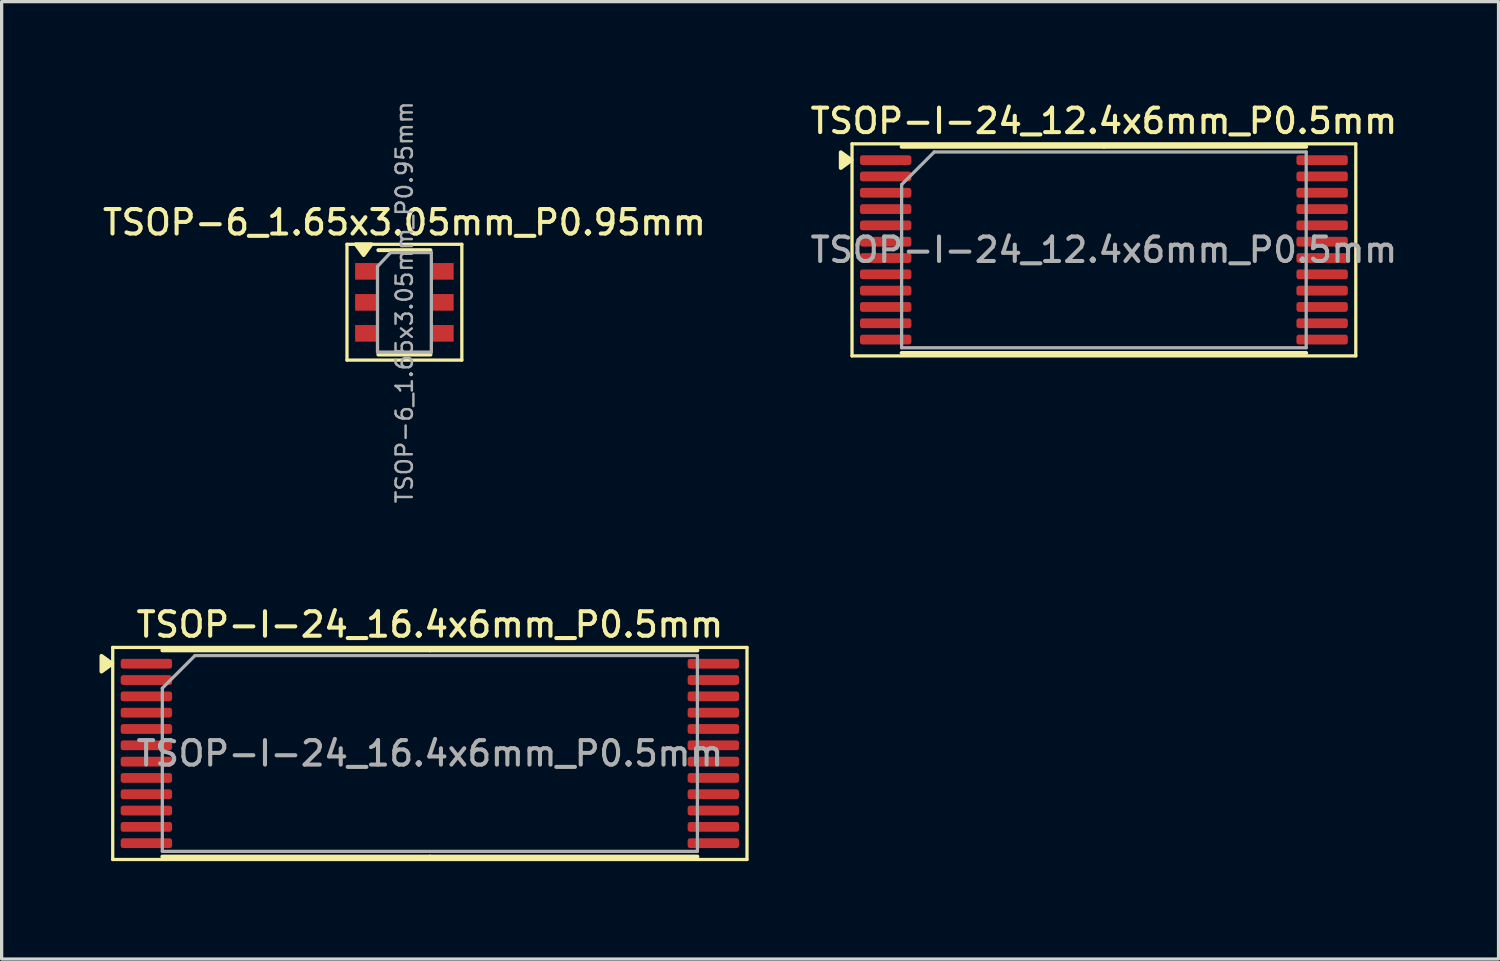
<source format=kicad_pcb>
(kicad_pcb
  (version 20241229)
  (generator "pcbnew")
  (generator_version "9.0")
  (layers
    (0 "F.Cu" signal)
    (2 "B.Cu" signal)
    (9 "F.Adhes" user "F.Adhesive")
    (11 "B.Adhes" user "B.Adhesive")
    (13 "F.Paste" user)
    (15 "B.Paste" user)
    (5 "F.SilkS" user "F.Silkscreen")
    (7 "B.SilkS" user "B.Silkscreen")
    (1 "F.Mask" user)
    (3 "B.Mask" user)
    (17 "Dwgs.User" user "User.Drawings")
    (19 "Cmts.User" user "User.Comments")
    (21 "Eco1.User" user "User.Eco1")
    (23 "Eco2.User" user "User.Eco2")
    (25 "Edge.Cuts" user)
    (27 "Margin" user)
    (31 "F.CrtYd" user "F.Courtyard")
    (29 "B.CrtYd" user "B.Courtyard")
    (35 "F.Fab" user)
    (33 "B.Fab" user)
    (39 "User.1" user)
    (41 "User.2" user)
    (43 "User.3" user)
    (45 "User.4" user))
  (footprint "TSOP-I-24_12.4x6mm_P0.5mm"
    (layer "F.Cu")
    (at 30.784 4.608)
    (property "Reference" "TSOP-I-24_12.4x6mm_P0.5mm" (at 0 -3.95 0) (layer "F.SilkS") (effects (font (size 0.75 0.75) (thickness 0.125))))
    (attr smd)
    (fp_line (start -7.72 -3.25) (end -7.72 3.25) (stroke (width 0.1) (type solid)) (layer "F.SilkS"))
    (fp_line (start -7.72 3.25) (end 7.72 3.25) (stroke (width 0.1) (type solid)) (layer "F.SilkS"))
    (fp_line (start 0 -3.16) (end -6.2 -3.16) (stroke (width 0.12) (type solid)) (layer "F.SilkS"))
    (fp_line (start 0 -3.16) (end 6.2 -3.16) (stroke (width 0.12) (type solid)) (layer "F.SilkS"))
    (fp_line (start 0 3.16) (end -6.2 3.16) (stroke (width 0.12) (type solid)) (layer "F.SilkS"))
    (fp_line (start 0 3.16) (end 6.2 3.16) (stroke (width 0.12) (type solid)) (layer "F.SilkS"))
    (fp_line (start 7.72 -3.25) (end -7.72 -3.25) (stroke (width 0.1) (type solid)) (layer "F.SilkS"))
    (fp_line (start 7.72 3.25) (end 7.72 -3.25) (stroke (width 0.1) (type solid)) (layer "F.SilkS"))
    (fp_poly (pts (xy -7.735 -2.75) (xy -8.065 -2.99) (xy -8.065 -2.51) (xy -7.735 -2.75)) (stroke (width 0.12) (type solid)) (fill yes) (layer "F.SilkS"))
    (fp_line (start -6.2 -2) (end -5.2 -3) (stroke (width 0.1) (type solid)) (layer "F.Fab"))
    (fp_line (start -6.2 3) (end -6.2 -2) (stroke (width 0.1) (type solid)) (layer "F.Fab"))
    (fp_line (start -5.2 -3) (end 6.2 -3) (stroke (width 0.1) (type solid)) (layer "F.Fab"))
    (fp_line (start 6.2 -3) (end 6.2 3) (stroke (width 0.1) (type solid)) (layer "F.Fab"))
    (fp_line (start 6.2 3) (end -6.2 3) (stroke (width 0.1) (type solid)) (layer "F.Fab"))
    (fp_text user "${REFERENCE}" (at 0 0 0) (layer "F.Fab") (effects (font (size 0.75 0.75) (thickness 0.125))))
    (pad "1" smd roundrect (at -6.688 -2.75) (size 1.575 0.3) (layers "F.Cu" "F.Mask" "F.Paste") (roundrect_rratio 0.25))
    (pad "2" smd roundrect (at -6.688 -2.25) (size 1.575 0.3) (layers "F.Cu" "F.Mask" "F.Paste") (roundrect_rratio 0.25))
    (pad "3" smd roundrect (at -6.688 -1.75) (size 1.575 0.3) (layers "F.Cu" "F.Mask" "F.Paste") (roundrect_rratio 0.25))
    (pad "4" smd roundrect (at -6.688 -1.25) (size 1.575 0.3) (layers "F.Cu" "F.Mask" "F.Paste") (roundrect_rratio 0.25))
    (pad "5" smd roundrect (at -6.688 -0.75) (size 1.575 0.3) (layers "F.Cu" "F.Mask" "F.Paste") (roundrect_rratio 0.25))
    (pad "6" smd roundrect (at -6.688 -0.25) (size 1.575 0.3) (layers "F.Cu" "F.Mask" "F.Paste") (roundrect_rratio 0.25))
    (pad "7" smd roundrect (at -6.688 0.25) (size 1.575 0.3) (layers "F.Cu" "F.Mask" "F.Paste") (roundrect_rratio 0.25))
    (pad "8" smd roundrect (at -6.688 0.75) (size 1.575 0.3) (layers "F.Cu" "F.Mask" "F.Paste") (roundrect_rratio 0.25))
    (pad "9" smd roundrect (at -6.688 1.25) (size 1.575 0.3) (layers "F.Cu" "F.Mask" "F.Paste") (roundrect_rratio 0.25))
    (pad "10" smd roundrect (at -6.688 1.75) (size 1.575 0.3) (layers "F.Cu" "F.Mask" "F.Paste") (roundrect_rratio 0.25))
    (pad "11" smd roundrect (at -6.688 2.25) (size 1.575 0.3) (layers "F.Cu" "F.Mask" "F.Paste") (roundrect_rratio 0.25))
    (pad "12" smd roundrect (at -6.688 2.75) (size 1.575 0.3) (layers "F.Cu" "F.Mask" "F.Paste") (roundrect_rratio 0.25))
    (pad "13" smd roundrect (at 6.688 2.75) (size 1.575 0.3) (layers "F.Cu" "F.Mask" "F.Paste") (roundrect_rratio 0.25))
    (pad "14" smd roundrect (at 6.688 2.25) (size 1.575 0.3) (layers "F.Cu" "F.Mask" "F.Paste") (roundrect_rratio 0.25))
    (pad "15" smd roundrect (at 6.688 1.75) (size 1.575 0.3) (layers "F.Cu" "F.Mask" "F.Paste") (roundrect_rratio 0.25))
    (pad "16" smd roundrect (at 6.688 1.25) (size 1.575 0.3) (layers "F.Cu" "F.Mask" "F.Paste") (roundrect_rratio 0.25))
    (pad "17" smd roundrect (at 6.688 0.75) (size 1.575 0.3) (layers "F.Cu" "F.Mask" "F.Paste") (roundrect_rratio 0.25))
    (pad "18" smd roundrect (at 6.688 0.25) (size 1.575 0.3) (layers "F.Cu" "F.Mask" "F.Paste") (roundrect_rratio 0.25))
    (pad "19" smd roundrect (at 6.688 -0.25) (size 1.575 0.3) (layers "F.Cu" "F.Mask" "F.Paste") (roundrect_rratio 0.25))
    (pad "20" smd roundrect (at 6.688 -0.75) (size 1.575 0.3) (layers "F.Cu" "F.Mask" "F.Paste") (roundrect_rratio 0.25))
    (pad "21" smd roundrect (at 6.688 -1.25) (size 1.575 0.3) (layers "F.Cu" "F.Mask" "F.Paste") (roundrect_rratio 0.25))
    (pad "22" smd roundrect (at 6.688 -1.75) (size 1.575 0.3) (layers "F.Cu" "F.Mask" "F.Paste") (roundrect_rratio 0.25))
    (pad "23" smd roundrect (at 6.688 -2.25) (size 1.575 0.3) (layers "F.Cu" "F.Mask" "F.Paste") (roundrect_rratio 0.25))
    (pad "24" smd roundrect (at 6.688 -2.75) (size 1.575 0.3) (layers "F.Cu" "F.Mask" "F.Paste") (roundrect_rratio 0.25)))
  (footprint "TSOP-I-24_16.4x6mm_P0.5mm"
    (layer "F.Cu")
    (at 10.125 20.043)
    (property "Reference" "TSOP-I-24_16.4x6mm_P0.5mm" (at 0 -3.95 0) (layer "F.SilkS") (effects (font (size 0.75 0.75) (thickness 0.125))))
    (attr smd)
    (fp_line (start -9.72 -3.25) (end -9.72 3.25) (stroke (width 0.1) (type solid)) (layer "F.SilkS"))
    (fp_line (start -9.72 3.25) (end 9.72 3.25) (stroke (width 0.1) (type solid)) (layer "F.SilkS"))
    (fp_line (start 0 -3.16) (end -8.2 -3.16) (stroke (width 0.12) (type solid)) (layer "F.SilkS"))
    (fp_line (start 0 -3.16) (end 8.2 -3.16) (stroke (width 0.12) (type solid)) (layer "F.SilkS"))
    (fp_line (start 0 3.16) (end -8.2 3.16) (stroke (width 0.12) (type solid)) (layer "F.SilkS"))
    (fp_line (start 0 3.16) (end 8.2 3.16) (stroke (width 0.12) (type solid)) (layer "F.SilkS"))
    (fp_line (start 9.72 -3.25) (end -9.72 -3.25) (stroke (width 0.1) (type solid)) (layer "F.SilkS"))
    (fp_line (start 9.72 3.25) (end 9.72 -3.25) (stroke (width 0.1) (type solid)) (layer "F.SilkS"))
    (fp_poly (pts (xy -9.735 -2.75) (xy -10.065 -2.99) (xy -10.065 -2.51) (xy -9.735 -2.75)) (stroke (width 0.12) (type solid)) (fill yes) (layer "F.SilkS"))
    (fp_line (start -8.2 -2) (end -7.2 -3) (stroke (width 0.1) (type solid)) (layer "F.Fab"))
    (fp_line (start -8.2 3) (end -8.2 -2) (stroke (width 0.1) (type solid)) (layer "F.Fab"))
    (fp_line (start -7.2 -3) (end 8.2 -3) (stroke (width 0.1) (type solid)) (layer "F.Fab"))
    (fp_line (start 8.2 -3) (end 8.2 3) (stroke (width 0.1) (type solid)) (layer "F.Fab"))
    (fp_line (start 8.2 3) (end -8.2 3) (stroke (width 0.1) (type solid)) (layer "F.Fab"))
    (fp_text user "${REFERENCE}" (at 0 0 0) (layer "F.Fab") (effects (font (size 0.75 0.75) (thickness 0.125))))
    (pad "1" smd roundrect (at -8.688 -2.75) (size 1.575 0.3) (layers "F.Cu" "F.Mask" "F.Paste") (roundrect_rratio 0.25))
    (pad "2" smd roundrect (at -8.688 -2.25) (size 1.575 0.3) (layers "F.Cu" "F.Mask" "F.Paste") (roundrect_rratio 0.25))
    (pad "3" smd roundrect (at -8.688 -1.75) (size 1.575 0.3) (layers "F.Cu" "F.Mask" "F.Paste") (roundrect_rratio 0.25))
    (pad "4" smd roundrect (at -8.688 -1.25) (size 1.575 0.3) (layers "F.Cu" "F.Mask" "F.Paste") (roundrect_rratio 0.25))
    (pad "5" smd roundrect (at -8.688 -0.75) (size 1.575 0.3) (layers "F.Cu" "F.Mask" "F.Paste") (roundrect_rratio 0.25))
    (pad "6" smd roundrect (at -8.688 -0.25) (size 1.575 0.3) (layers "F.Cu" "F.Mask" "F.Paste") (roundrect_rratio 0.25))
    (pad "7" smd roundrect (at -8.688 0.25) (size 1.575 0.3) (layers "F.Cu" "F.Mask" "F.Paste") (roundrect_rratio 0.25))
    (pad "8" smd roundrect (at -8.688 0.75) (size 1.575 0.3) (layers "F.Cu" "F.Mask" "F.Paste") (roundrect_rratio 0.25))
    (pad "9" smd roundrect (at -8.688 1.25) (size 1.575 0.3) (layers "F.Cu" "F.Mask" "F.Paste") (roundrect_rratio 0.25))
    (pad "10" smd roundrect (at -8.688 1.75) (size 1.575 0.3) (layers "F.Cu" "F.Mask" "F.Paste") (roundrect_rratio 0.25))
    (pad "11" smd roundrect (at -8.688 2.25) (size 1.575 0.3) (layers "F.Cu" "F.Mask" "F.Paste") (roundrect_rratio 0.25))
    (pad "12" smd roundrect (at -8.688 2.75) (size 1.575 0.3) (layers "F.Cu" "F.Mask" "F.Paste") (roundrect_rratio 0.25))
    (pad "13" smd roundrect (at 8.688 2.75) (size 1.575 0.3) (layers "F.Cu" "F.Mask" "F.Paste") (roundrect_rratio 0.25))
    (pad "14" smd roundrect (at 8.688 2.25) (size 1.575 0.3) (layers "F.Cu" "F.Mask" "F.Paste") (roundrect_rratio 0.25))
    (pad "15" smd roundrect (at 8.688 1.75) (size 1.575 0.3) (layers "F.Cu" "F.Mask" "F.Paste") (roundrect_rratio 0.25))
    (pad "16" smd roundrect (at 8.688 1.25) (size 1.575 0.3) (layers "F.Cu" "F.Mask" "F.Paste") (roundrect_rratio 0.25))
    (pad "17" smd roundrect (at 8.688 0.75) (size 1.575 0.3) (layers "F.Cu" "F.Mask" "F.Paste") (roundrect_rratio 0.25))
    (pad "18" smd roundrect (at 8.688 0.25) (size 1.575 0.3) (layers "F.Cu" "F.Mask" "F.Paste") (roundrect_rratio 0.25))
    (pad "19" smd roundrect (at 8.688 -0.25) (size 1.575 0.3) (layers "F.Cu" "F.Mask" "F.Paste") (roundrect_rratio 0.25))
    (pad "20" smd roundrect (at 8.688 -0.75) (size 1.575 0.3) (layers "F.Cu" "F.Mask" "F.Paste") (roundrect_rratio 0.25))
    (pad "21" smd roundrect (at 8.688 -1.25) (size 1.575 0.3) (layers "F.Cu" "F.Mask" "F.Paste") (roundrect_rratio 0.25))
    (pad "22" smd roundrect (at 8.688 -1.75) (size 1.575 0.3) (layers "F.Cu" "F.Mask" "F.Paste") (roundrect_rratio 0.25))
    (pad "23" smd roundrect (at 8.688 -2.25) (size 1.575 0.3) (layers "F.Cu" "F.Mask" "F.Paste") (roundrect_rratio 0.25))
    (pad "24" smd roundrect (at 8.688 -2.75) (size 1.575 0.3) (layers "F.Cu" "F.Mask" "F.Paste") (roundrect_rratio 0.25)))
  (footprint "TSOP-6_1.65x3.05mm_P0.95mm"
    (layer "F.Cu")
    (at 9.345 6.217)
    (property "Reference" "TSOP-6_1.65x3.05mm_P0.95mm" (at 0 -2.45 0) (layer "F.SilkS") (effects (font (size 0.75 0.75) (thickness 0.125))))
    (attr smd)
    (fp_line (start -1.76 -1.78) (end -1.76 1.77) (stroke (width 0.1) (type solid)) (layer "F.SilkS"))
    (fp_line (start -1.76 -1.78) (end 1.76 -1.78) (stroke (width 0.1) (type solid)) (layer "F.SilkS"))
    (fp_line (start -0.8 -1.6) (end 0.8 -1.6) (stroke (width 0.12) (type solid)) (layer "F.SilkS"))
    (fp_line (start -0.8 1.6) (end 0.8 1.6) (stroke (width 0.12) (type solid)) (layer "F.SilkS"))
    (fp_line (start 1.76 1.77) (end -1.76 1.77) (stroke (width 0.1) (type solid)) (layer "F.SilkS"))
    (fp_line (start 1.76 1.77) (end 1.76 -1.78) (stroke (width 0.1) (type solid)) (layer "F.SilkS"))
    (fp_poly (pts (xy -1.25 -1.45) (xy -1.49 -1.78) (xy -1.01 -1.78) (xy -1.25 -1.45)) (stroke (width 0.12) (type solid)) (fill yes) (layer "F.SilkS"))
    (fp_line (start -0.825 -1.1) (end -0.825 1.525) (stroke (width 0.1) (type solid)) (layer "F.Fab"))
    (fp_line (start -0.825 -1.1) (end -0.425 -1.525) (stroke (width 0.1) (type solid)) (layer "F.Fab"))
    (fp_line (start 0.825 -1.525) (end -0.425 -1.525) (stroke (width 0.1) (type solid)) (layer "F.Fab"))
    (fp_line (start 0.825 -1.525) (end 0.825 1.525) (stroke (width 0.1) (type solid)) (layer "F.Fab"))
    (fp_line (start 0.825 1.525) (end -0.825 1.525) (stroke (width 0.1) (type solid)) (layer "F.Fab"))
    (fp_text user "${REFERENCE}" (at 0 0 90) (layer "F.Fab") (effects (font (size 0.5 0.5) (thickness 0.075))))
    (pad "1" smd rect (at -1.16 -0.95) (size 0.7 0.51) (layers "F.Cu" "F.Mask" "F.Paste"))
    (pad "2" smd rect (at -1.16 0) (size 0.7 0.51) (layers "F.Cu" "F.Mask" "F.Paste"))
    (pad "3" smd rect (at -1.16 0.95) (size 0.7 0.51) (layers "F.Cu" "F.Mask" "F.Paste"))
    (pad "4" smd rect (at 1.16 0.95) (size 0.7 0.51) (layers "F.Cu" "F.Mask" "F.Paste"))
    (pad "5" smd rect (at 1.16 0) (size 0.7 0.51) (layers "F.Cu" "F.Mask" "F.Paste"))
    (pad "6" smd rect (at 1.16 -0.95) (size 0.7 0.51) (layers "F.Cu" "F.Mask" "F.Paste")))
  (gr_rect
    (start -3 -3)
    (end 42.879 26.343)
    (stroke (width 0.1) (type default))
    (fill no)
    (layer "Edge.Cuts")))
</source>
